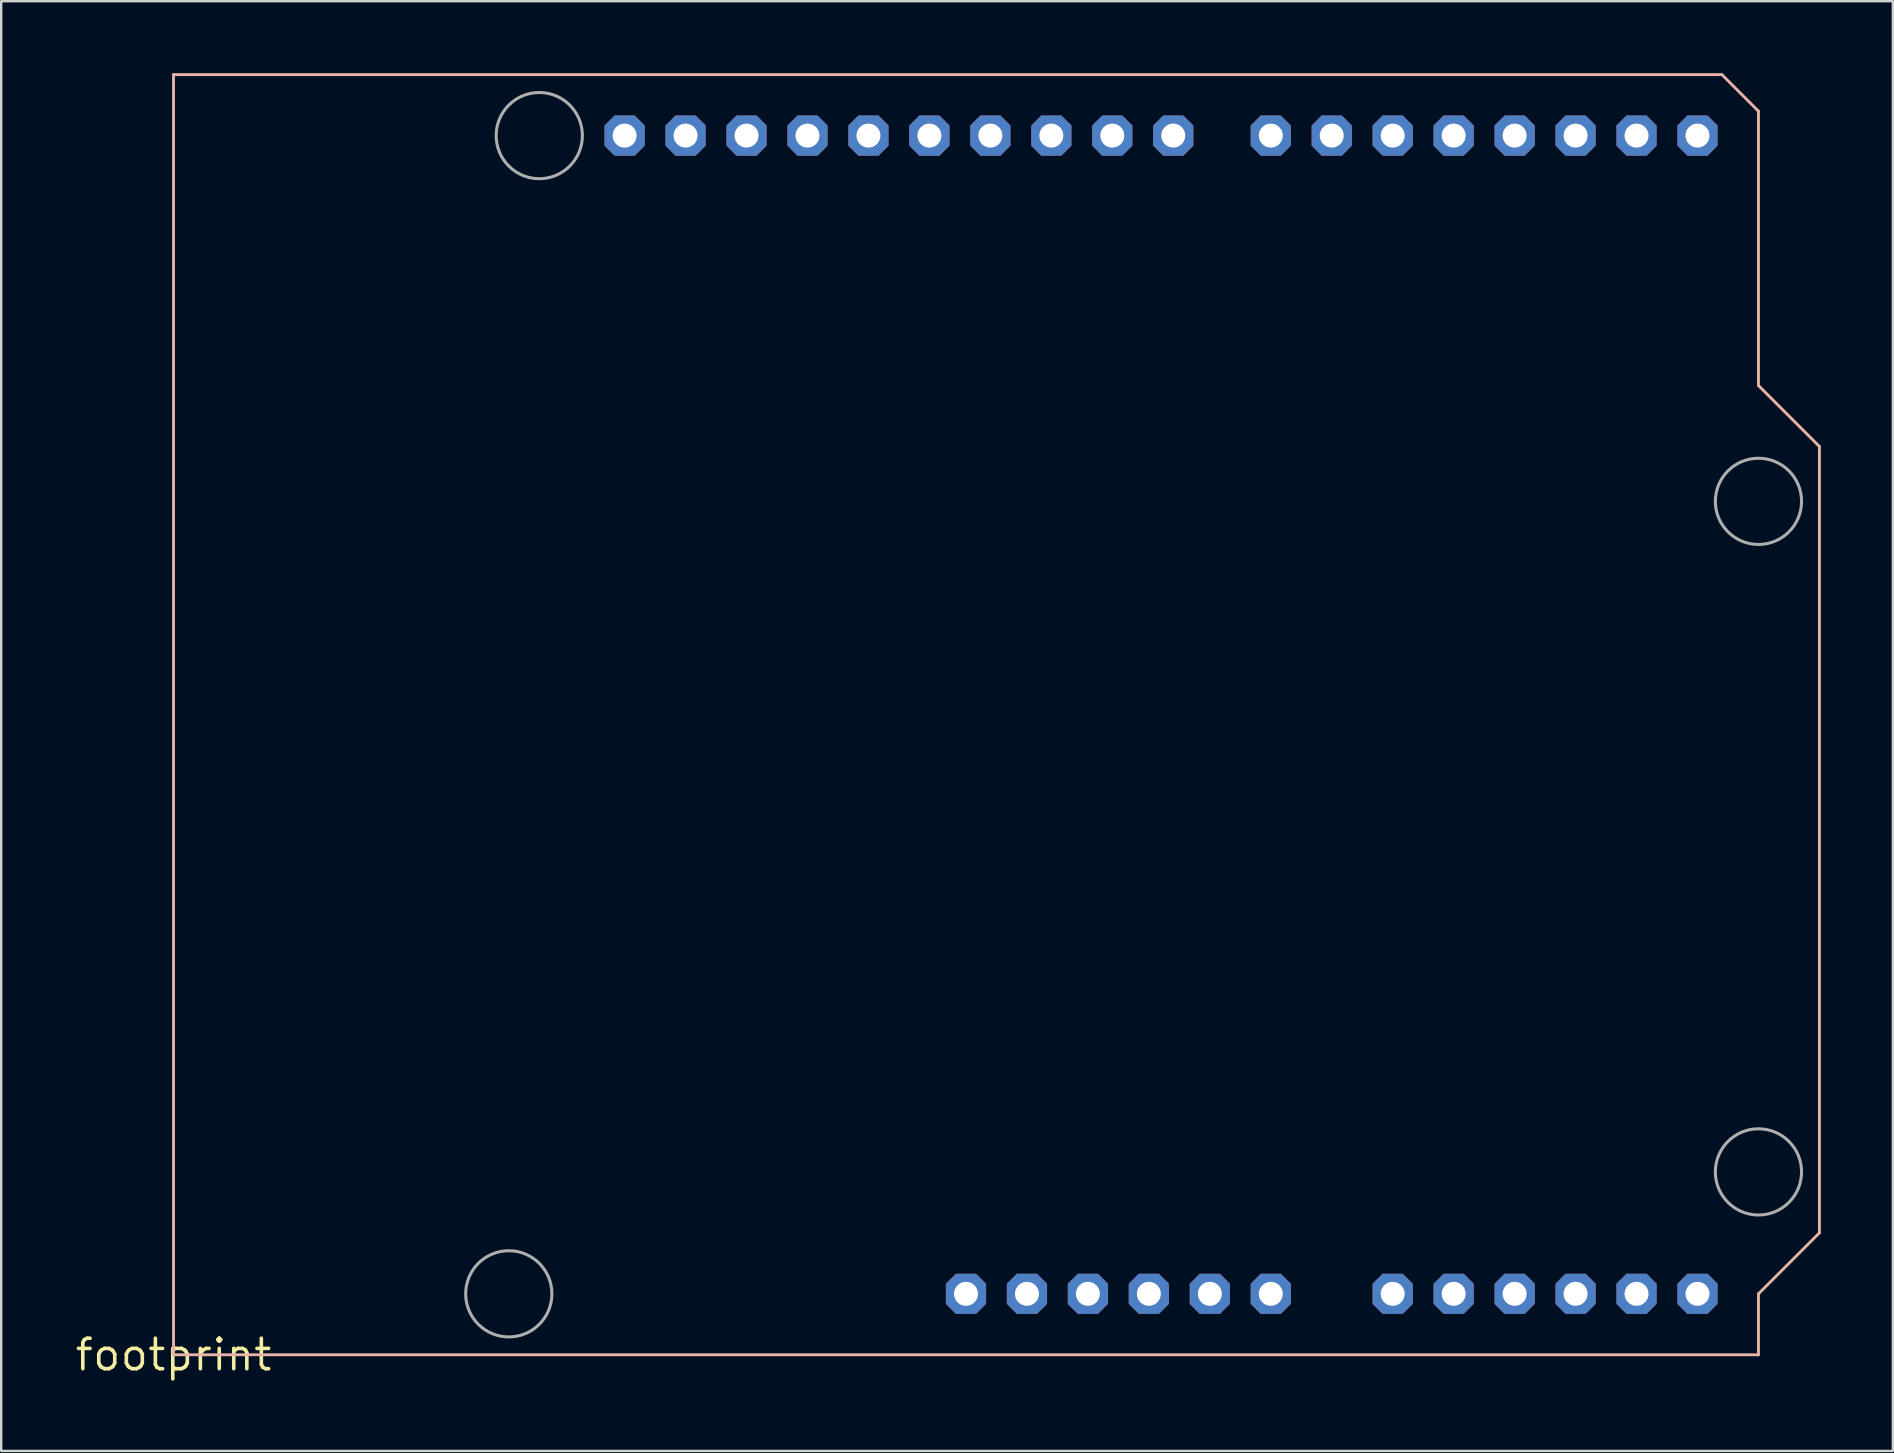
<source format=kicad_pcb>
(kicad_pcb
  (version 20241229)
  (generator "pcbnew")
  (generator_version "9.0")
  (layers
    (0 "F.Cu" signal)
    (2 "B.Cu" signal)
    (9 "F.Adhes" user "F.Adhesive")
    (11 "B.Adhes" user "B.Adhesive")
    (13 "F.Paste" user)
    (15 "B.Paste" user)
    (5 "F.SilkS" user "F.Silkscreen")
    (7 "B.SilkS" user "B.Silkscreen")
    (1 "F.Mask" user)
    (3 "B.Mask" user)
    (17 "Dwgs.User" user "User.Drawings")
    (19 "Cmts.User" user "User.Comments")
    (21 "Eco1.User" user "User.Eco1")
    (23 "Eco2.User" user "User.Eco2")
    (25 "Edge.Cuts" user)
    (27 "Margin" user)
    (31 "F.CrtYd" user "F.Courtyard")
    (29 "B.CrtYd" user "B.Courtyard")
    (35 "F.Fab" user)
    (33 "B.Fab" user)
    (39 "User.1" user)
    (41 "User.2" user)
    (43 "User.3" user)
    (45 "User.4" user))
  (footprint "footprint"
    (layer "F.Cu")
    (at 4.18 53.4)
    (property "Reference" "footprint" (at 0 0 0) (layer "F.SilkS") (effects (font (size 1.27 1.27) (thickness 0.15))))
    (fp_line (start 0 -53.34) (end 0 0) (stroke (width 0.12) (type solid)) (layer "B.SilkS"))
    (fp_line (start 0 0) (end 66.04 0) (stroke (width 0.12) (type solid)) (layer "B.SilkS"))
    (fp_line (start 64.516 -53.34) (end 0 -53.34) (stroke (width 0.12) (type solid)) (layer "B.SilkS"))
    (fp_line (start 66.04 -51.816) (end 64.516 -53.34) (stroke (width 0.12) (type solid)) (layer "B.SilkS"))
    (fp_line (start 66.04 -40.386) (end 66.04 -51.816) (stroke (width 0.12) (type solid)) (layer "B.SilkS"))
    (fp_line (start 66.04 -2.54) (end 68.58 -5.08) (stroke (width 0.12) (type solid)) (layer "B.SilkS"))
    (fp_line (start 66.04 0) (end 66.04 -2.54) (stroke (width 0.12) (type solid)) (layer "B.SilkS"))
    (fp_line (start 68.58 -37.846) (end 66.04 -40.386) (stroke (width 0.12) (type solid)) (layer "B.SilkS"))
    (fp_line (start 68.58 -5.08) (end 68.58 -37.846) (stroke (width 0.12) (type solid)) (layer "B.SilkS"))
    (fp_circle (center 13.97 -2.54) (end 15.766 -2.54) (stroke (width 0.127) (type solid)) (fill no) (layer "F.Fab"))
    (fp_circle (center 15.24 -50.8) (end 17.036 -50.8) (stroke (width 0.127) (type solid)) (fill no) (layer "F.Fab"))
    (fp_circle (center 66.04 -35.56) (end 67.836 -35.56) (stroke (width 0.127) (type solid)) (fill no) (layer "F.Fab"))
    (fp_circle (center 66.04 -7.62) (end 67.836 -7.62) (stroke (width 0.127) (type solid)) (fill no) (layer "F.Fab"))
    (pad "3V" thru_hole roundrect (at 35.56 -2.54) (size 1.676 1.676) (drill 1) (layers "*.Cu" "*.Mask") (roundrect_rratio 0.25) (chamfer_ratio 0.25) (chamfer top_left top_right bottom_left bottom_right))
    (pad "5V" thru_hole roundrect (at 38.1 -2.54) (size 1.676 1.676) (drill 1) (layers "*.Cu" "*.Mask") (roundrect_rratio 0.25) (chamfer_ratio 0.25) (chamfer top_left top_right bottom_left bottom_right))
    (pad "A0" thru_hole roundrect (at 50.8 -2.54) (size 1.676 1.676) (drill 1) (layers "*.Cu" "*.Mask") (roundrect_rratio 0.25) (chamfer_ratio 0.25) (chamfer top_left top_right bottom_left bottom_right))
    (pad "A1" thru_hole roundrect (at 53.34 -2.54) (size 1.676 1.676) (drill 1) (layers "*.Cu" "*.Mask") (roundrect_rratio 0.25) (chamfer_ratio 0.25) (chamfer top_left top_right bottom_left bottom_right))
    (pad "A2" thru_hole roundrect (at 55.88 -2.54) (size 1.676 1.676) (drill 1) (layers "*.Cu" "*.Mask") (roundrect_rratio 0.25) (chamfer_ratio 0.25) (chamfer top_left top_right bottom_left bottom_right))
    (pad "A3" thru_hole roundrect (at 58.42 -2.54) (size 1.676 1.676) (drill 1) (layers "*.Cu" "*.Mask") (roundrect_rratio 0.25) (chamfer_ratio 0.25) (chamfer top_left top_right bottom_left bottom_right))
    (pad "A4" thru_hole roundrect (at 60.96 -2.54) (size 1.676 1.676) (drill 1) (layers "*.Cu" "*.Mask") (roundrect_rratio 0.25) (chamfer_ratio 0.25) (chamfer top_left top_right bottom_left bottom_right))
    (pad "A5" thru_hole roundrect (at 63.5 -2.54) (size 1.676 1.676) (drill 1) (layers "*.Cu" "*.Mask") (roundrect_rratio 0.25) (chamfer_ratio 0.25) (chamfer top_left top_right bottom_left bottom_right))
    (pad "AREF" thru_hole roundrect (at 23.876 -50.8) (size 1.676 1.676) (drill 1) (layers "*.Cu" "*.Mask") (roundrect_rratio 0.25) (chamfer_ratio 0.25) (chamfer top_left top_right bottom_left bottom_right))
    (pad "D0" thru_hole roundrect (at 63.5 -50.8) (size 1.676 1.676) (drill 1) (layers "*.Cu" "*.Mask") (roundrect_rratio 0.25) (chamfer_ratio 0.25) (chamfer top_left top_right bottom_left bottom_right))
    (pad "D1" thru_hole roundrect (at 60.96 -50.8) (size 1.676 1.676) (drill 1) (layers "*.Cu" "*.Mask") (roundrect_rratio 0.25) (chamfer_ratio 0.25) (chamfer top_left top_right bottom_left bottom_right))
    (pad "D2" thru_hole roundrect (at 58.42 -50.8) (size 1.676 1.676) (drill 1) (layers "*.Cu" "*.Mask") (roundrect_rratio 0.25) (chamfer_ratio 0.25) (chamfer top_left top_right bottom_left bottom_right))
    (pad "D3" thru_hole roundrect (at 55.88 -50.8) (size 1.676 1.676) (drill 1) (layers "*.Cu" "*.Mask") (roundrect_rratio 0.25) (chamfer_ratio 0.25) (chamfer top_left top_right bottom_left bottom_right))
    (pad "D4" thru_hole roundrect (at 53.34 -50.8) (size 1.676 1.676) (drill 1) (layers "*.Cu" "*.Mask") (roundrect_rratio 0.25) (chamfer_ratio 0.25) (chamfer top_left top_right bottom_left bottom_right))
    (pad "D5" thru_hole roundrect (at 50.8 -50.8) (size 1.676 1.676) (drill 1) (layers "*.Cu" "*.Mask") (roundrect_rratio 0.25) (chamfer_ratio 0.25) (chamfer top_left top_right bottom_left bottom_right))
    (pad "D6" thru_hole roundrect (at 48.26 -50.8) (size 1.676 1.676) (drill 1) (layers "*.Cu" "*.Mask") (roundrect_rratio 0.25) (chamfer_ratio 0.25) (chamfer top_left top_right bottom_left bottom_right))
    (pad "D7" thru_hole roundrect (at 45.72 -50.8) (size 1.676 1.676) (drill 1) (layers "*.Cu" "*.Mask") (roundrect_rratio 0.25) (chamfer_ratio 0.25) (chamfer top_left top_right bottom_left bottom_right))
    (pad "D8" thru_hole roundrect (at 41.656 -50.8) (size 1.676 1.676) (drill 1) (layers "*.Cu" "*.Mask") (roundrect_rratio 0.25) (chamfer_ratio 0.25) (chamfer top_left top_right bottom_left bottom_right))
    (pad "D9" thru_hole roundrect (at 39.116 -50.8) (size 1.676 1.676) (drill 1) (layers "*.Cu" "*.Mask") (roundrect_rratio 0.25) (chamfer_ratio 0.25) (chamfer top_left top_right bottom_left bottom_right))
    (pad "D10" thru_hole roundrect (at 36.576 -50.8) (size 1.676 1.676) (drill 1) (layers "*.Cu" "*.Mask") (roundrect_rratio 0.25) (chamfer_ratio 0.25) (chamfer top_left top_right bottom_left bottom_right))
    (pad "D11" thru_hole roundrect (at 34.036 -50.8) (size 1.676 1.676) (drill 1) (layers "*.Cu" "*.Mask") (roundrect_rratio 0.25) (chamfer_ratio 0.25) (chamfer top_left top_right bottom_left bottom_right))
    (pad "D12" thru_hole roundrect (at 31.496 -50.8) (size 1.676 1.676) (drill 1) (layers "*.Cu" "*.Mask") (roundrect_rratio 0.25) (chamfer_ratio 0.25) (chamfer top_left top_right bottom_left bottom_right))
    (pad "D13" thru_hole roundrect (at 28.956 -50.8) (size 1.676 1.676) (drill 1) (layers "*.Cu" "*.Mask") (roundrect_rratio 0.25) (chamfer_ratio 0.25) (chamfer top_left top_right bottom_left bottom_right))
    (pad "GND" thru_hole roundrect (at 26.416 -50.8) (size 1.676 1.676) (drill 1) (layers "*.Cu" "*.Mask") (roundrect_rratio 0.25) (chamfer_ratio 0.25) (chamfer top_left top_right bottom_left bottom_right))
    (pad "GND1" thru_hole roundrect (at 43.18 -2.54) (size 1.676 1.676) (drill 1) (layers "*.Cu" "*.Mask") (roundrect_rratio 0.25) (chamfer_ratio 0.25) (chamfer top_left top_right bottom_left bottom_right))
    (pad "GND2" thru_hole roundrect (at 40.64 -2.54) (size 1.676 1.676) (drill 1) (layers "*.Cu" "*.Mask") (roundrect_rratio 0.25) (chamfer_ratio 0.25) (chamfer top_left top_right bottom_left bottom_right))
    (pad "RESET" thru_hole roundrect (at 33.02 -2.54) (size 1.676 1.676) (drill 1) (layers "*.Cu" "*.Mask") (roundrect_rratio 0.25) (chamfer_ratio 0.25) (chamfer top_left top_right bottom_left bottom_right))
    (pad "SCL" thru_hole roundrect (at 18.796 -50.8) (size 1.676 1.676) (drill 1) (layers "*.Cu" "*.Mask") (roundrect_rratio 0.25) (chamfer_ratio 0.25) (chamfer top_left top_right bottom_left bottom_right))
    (pad "SDA" thru_hole roundrect (at 21.336 -50.8) (size 1.676 1.676) (drill 1) (layers "*.Cu" "*.Mask") (roundrect_rratio 0.25) (chamfer_ratio 0.25) (chamfer top_left top_right bottom_left bottom_right))
    (pad "VIN" thru_hole roundrect (at 45.72 -2.54) (size 1.676 1.676) (drill 1) (layers "*.Cu" "*.Mask") (roundrect_rratio 0.25) (chamfer_ratio 0.25) (chamfer top_left top_right bottom_left bottom_right)))
  (gr_rect
    (start -3 -3)
    (end 75.82 57.406)
    (stroke (width 0.1) (type default))
    (fill no)
    (layer "Edge.Cuts")))
</source>
